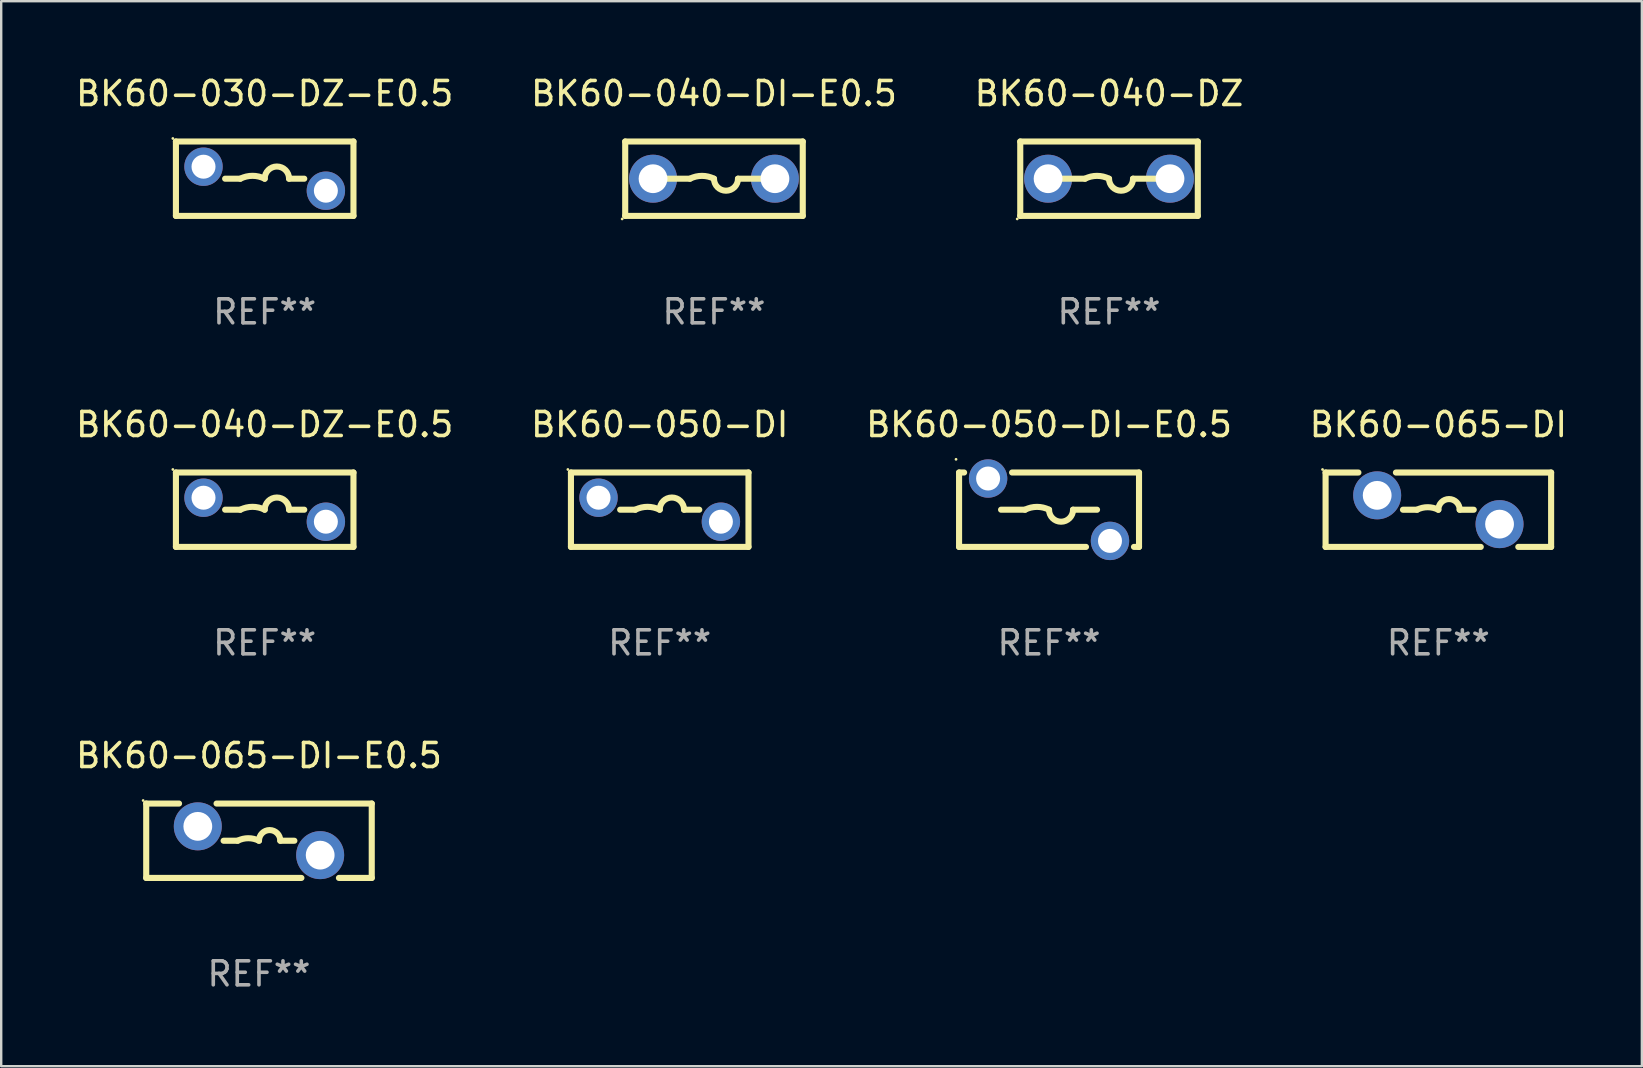
<source format=kicad_pcb>
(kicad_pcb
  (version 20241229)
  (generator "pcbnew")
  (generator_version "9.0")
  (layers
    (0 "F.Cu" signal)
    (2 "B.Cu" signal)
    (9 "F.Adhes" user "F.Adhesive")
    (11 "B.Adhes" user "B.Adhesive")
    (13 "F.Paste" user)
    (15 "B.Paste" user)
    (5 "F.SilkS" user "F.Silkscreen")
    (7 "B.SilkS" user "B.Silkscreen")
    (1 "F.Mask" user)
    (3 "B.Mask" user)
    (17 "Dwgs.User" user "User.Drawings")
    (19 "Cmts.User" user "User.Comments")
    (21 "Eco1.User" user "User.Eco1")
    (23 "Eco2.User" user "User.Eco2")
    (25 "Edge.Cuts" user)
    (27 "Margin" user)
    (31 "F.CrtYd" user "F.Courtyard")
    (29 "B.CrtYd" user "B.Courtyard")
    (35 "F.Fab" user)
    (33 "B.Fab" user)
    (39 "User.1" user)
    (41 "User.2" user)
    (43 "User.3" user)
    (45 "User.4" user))
  (footprint "BK60-065-DI"
    (layer "F.Cu")
    (at 56.899 18.195)
    (property "Reference" "BK60-065-DI" (at 0 -3.55 0) (layer "F.SilkS") (effects (font (size 1 1) (thickness 0.15))))
    (attr through_hole)
    (fp_line (start -4.7 -1.55) (end -4.7 1.55) (stroke (width 0.254) (type solid)) (layer "F.SilkS"))
    (fp_line (start -4.7 1.55) (end 1.768 1.55) (stroke (width 0.254) (type solid)) (layer "F.SilkS"))
    (fp_line (start -3.332 -1.55) (end -4.7 -1.55) (stroke (width 0.254) (type solid)) (layer "F.SilkS"))
    (fp_line (start -1.475 0) (end -0.889 0) (stroke (width 0.254) (type solid)) (layer "F.SilkS"))
    (fp_line (start 1.475 0) (end 0.889 0) (stroke (width 0.254) (type solid)) (layer "F.SilkS"))
    (fp_line (start 3.332 1.55) (end 4.7 1.55) (stroke (width 0.254) (type solid)) (layer "F.SilkS"))
    (fp_line (start 4.7 -1.55) (end -1.768 -1.55) (stroke (width 0.254) (type solid)) (layer "F.SilkS"))
    (fp_line (start 4.7 -1.55) (end 4.7 1.55) (stroke (width 0.254) (type solid)) (layer "F.SilkS"))
    (fp_arc (start -0.889002 0) (mid -0.444501 -0.104932) (end 0 0) (stroke (width 0.254001) (type solid)) (layer "F.SilkS"))
    (fp_arc (start 0 0) (mid 0.444501 -0.444501) (end 0.889002 0) (stroke (width 0.254001) (type solid)) (layer "F.SilkS"))
    (fp_circle (center -4.827 -1.677) (end -4.797 -1.677) (stroke (width 0.06) (type solid)) (fill no) (layer "F.SilkS"))
    (fp_text user "REF**" (at 0 5.55 0) (layer "F.Fab") (effects (font (size 1 1) (thickness 0.15))))
    (pad "1" thru_hole circle (at -2.55 -0.6) (size 2 2) (drill 1.2) (layers "*.Cu" "*.Mask"))
    (pad "2" thru_hole circle (at 2.55 0.6) (size 2 2) (drill 1.2) (layers "*.Cu" "*.Mask")))
  (footprint "BK60-040-DI-E0.5"
    (layer "F.Cu")
    (at 26.708 4.398)
    (property "Reference" "BK60-040-DI-E0.5" (at 0 -3.55 0) (layer "F.SilkS") (effects (font (size 1 1) (thickness 0.15))))
    (attr through_hole)
    (fp_line (start -3.7 -1.55) (end 3.7 -1.55) (stroke (width 0.254) (type solid)) (layer "F.SilkS"))
    (fp_line (start -3.7 1.55) (end -3.7 -1.55) (stroke (width 0.254) (type solid)) (layer "F.SilkS"))
    (fp_line (start -1 0) (end -2 0) (stroke (width 0.254) (type solid)) (layer "F.SilkS"))
    (fp_line (start 1 0) (end 2 0) (stroke (width 0.254) (type solid)) (layer "F.SilkS"))
    (fp_line (start 3.7 -1.55) (end 3.7 1.55) (stroke (width 0.254) (type solid)) (layer "F.SilkS"))
    (fp_line (start 3.7 1.55) (end -3.7 1.55) (stroke (width 0.254) (type solid)) (layer "F.SilkS"))
    (fp_arc (start -1.000762 0) (mid -0.500381 -0.118151) (end 0 0) (stroke (width 0.254001) (type solid)) (layer "F.SilkS"))
    (fp_arc (start 1.000762 0) (mid 0.500381 0.500127) (end 0 0) (stroke (width 0.254001) (type solid)) (layer "F.SilkS"))
    (fp_circle (center -3.827 1.677) (end -3.797 1.677) (stroke (width 0.06) (type solid)) (fill no) (layer "F.SilkS"))
    (fp_text user "REF**" (at 0 5.55 0) (layer "F.Fab") (effects (font (size 1 1) (thickness 0.15))))
    (pad "1" thru_hole circle (at -2.54 0) (size 2 2) (drill 1.2) (layers "*.Cu" "*.Mask"))
    (pad "2" thru_hole circle (at 2.54 0) (size 2 2) (drill 1.2) (layers "*.Cu" "*.Mask")))
  (footprint "BK60-065-DI-E0.5"
    (layer "F.Cu")
    (at 7.744 31.991)
    (property "Reference" "BK60-065-DI-E0.5" (at 0 -3.55 0) (layer "F.SilkS") (effects (font (size 1 1) (thickness 0.15))))
    (attr through_hole)
    (fp_line (start -4.7 -1.55) (end -4.7 1.55) (stroke (width 0.254) (type solid)) (layer "F.SilkS"))
    (fp_line (start -4.7 1.55) (end 1.768 1.55) (stroke (width 0.254) (type solid)) (layer "F.SilkS"))
    (fp_line (start -3.332 -1.55) (end -4.7 -1.55) (stroke (width 0.254) (type solid)) (layer "F.SilkS"))
    (fp_line (start -1.475 0) (end -0.889 0) (stroke (width 0.254) (type solid)) (layer "F.SilkS"))
    (fp_line (start 1.475 0) (end 0.889 0) (stroke (width 0.254) (type solid)) (layer "F.SilkS"))
    (fp_line (start 3.332 1.55) (end 4.7 1.55) (stroke (width 0.254) (type solid)) (layer "F.SilkS"))
    (fp_line (start 4.7 -1.55) (end -1.768 -1.55) (stroke (width 0.254) (type solid)) (layer "F.SilkS"))
    (fp_line (start 4.7 -1.55) (end 4.7 1.55) (stroke (width 0.254) (type solid)) (layer "F.SilkS"))
    (fp_arc (start -0.889002 0) (mid -0.444501 -0.104932) (end 0 0) (stroke (width 0.254001) (type solid)) (layer "F.SilkS"))
    (fp_arc (start 0 0) (mid 0.444501 -0.444501) (end 0.889002 0) (stroke (width 0.254001) (type solid)) (layer "F.SilkS"))
    (fp_circle (center -4.827 -1.677) (end -4.797 -1.677) (stroke (width 0.06) (type solid)) (fill no) (layer "F.SilkS"))
    (fp_text user "REF**" (at 0 5.55 0) (layer "F.Fab") (effects (font (size 1 1) (thickness 0.15))))
    (pad "1" thru_hole circle (at -2.55 -0.6) (size 2 2) (drill 1.2) (layers "*.Cu" "*.Mask"))
    (pad "2" thru_hole circle (at 2.55 0.6) (size 2 2) (drill 1.2) (layers "*.Cu" "*.Mask")))
  (footprint "BK60-050-DI-E0.5"
    (layer "F.Cu")
    (at 40.673 18.194)
    (property "Reference" "BK60-050-DI-E0.5" (at 0 -3.55 0) (layer "F.SilkS") (effects (font (size 1 1) (thickness 0.15))))
    (attr through_hole)
    (fp_line (start -3.75 -1.55) (end -3.54 -1.55) (stroke (width 0.254) (type solid)) (layer "F.SilkS"))
    (fp_line (start -3.75 1.55) (end -3.75 -1.55) (stroke (width 0.254) (type solid)) (layer "F.SilkS"))
    (fp_line (start -3.75 1.55) (end 1.54 1.55) (stroke (width 0.254) (type solid)) (layer "F.SilkS"))
    (fp_line (start -1.54 -1.55) (end 3.75 -1.55) (stroke (width 0.254) (type solid)) (layer "F.SilkS"))
    (fp_line (start -1 0) (end -2 0) (stroke (width 0.254) (type solid)) (layer "F.SilkS"))
    (fp_line (start 1 0) (end 2 0) (stroke (width 0.254) (type solid)) (layer "F.SilkS"))
    (fp_line (start 3.54 1.55) (end 3.75 1.55) (stroke (width 0.254) (type solid)) (layer "F.SilkS"))
    (fp_line (start 3.75 -1.55) (end 3.75 1.55) (stroke (width 0.254) (type solid)) (layer "F.SilkS"))
    (fp_arc (start -1.000762 0) (mid -0.500381 -0.118151) (end 0 0) (stroke (width 0.254001) (type solid)) (layer "F.SilkS"))
    (fp_arc (start 1.000762 0) (mid 0.500381 0.500127) (end 0 0) (stroke (width 0.254001) (type solid)) (layer "F.SilkS"))
    (fp_circle (center -3.877 -2.1) (end -3.847 -2.1) (stroke (width 0.06) (type solid)) (fill no) (layer "F.SilkS"))
    (fp_text user "REF**" (at 0 5.55 0) (layer "F.Fab") (effects (font (size 1 1) (thickness 0.15))))
    (pad "1" thru_hole circle (at -2.54 -1.3) (size 1.6 1.6) (drill 1) (layers "*.Cu" "*.Mask"))
    (pad "2" thru_hole circle (at 2.54 1.3) (size 1.6 1.6) (drill 1) (layers "*.Cu" "*.Mask")))
  (footprint "BK60-040-DZ"
    (layer "F.Cu")
    (at 43.173 4.398)
    (property "Reference" "BK60-040-DZ" (at 0 -3.55 0) (layer "F.SilkS") (effects (font (size 1 1) (thickness 0.15))))
    (attr through_hole)
    (fp_line (start -3.7 -1.55) (end 3.7 -1.55) (stroke (width 0.254) (type solid)) (layer "F.SilkS"))
    (fp_line (start -3.7 1.55) (end -3.7 -1.55) (stroke (width 0.254) (type solid)) (layer "F.SilkS"))
    (fp_line (start -1 0) (end -2 0) (stroke (width 0.254) (type solid)) (layer "F.SilkS"))
    (fp_line (start 1 0) (end 2 0) (stroke (width 0.254) (type solid)) (layer "F.SilkS"))
    (fp_line (start 3.7 -1.55) (end 3.7 1.55) (stroke (width 0.254) (type solid)) (layer "F.SilkS"))
    (fp_line (start 3.7 1.55) (end -3.7 1.55) (stroke (width 0.254) (type solid)) (layer "F.SilkS"))
    (fp_arc (start -1.000762 0) (mid -0.500381 -0.118151) (end 0 0) (stroke (width 0.254001) (type solid)) (layer "F.SilkS"))
    (fp_arc (start 1.000762 0) (mid 0.500381 0.500127) (end 0 0) (stroke (width 0.254001) (type solid)) (layer "F.SilkS"))
    (fp_circle (center -3.827 1.677) (end -3.797 1.677) (stroke (width 0.06) (type solid)) (fill no) (layer "F.SilkS"))
    (fp_text user "REF**" (at 0 5.55 0) (layer "F.Fab") (effects (font (size 1 1) (thickness 0.15))))
    (pad "1" thru_hole circle (at -2.54 0) (size 2 2) (drill 1.2) (layers "*.Cu" "*.Mask"))
    (pad "2" thru_hole circle (at 2.54 0) (size 2 2) (drill 1.2) (layers "*.Cu" "*.Mask")))
  (footprint "BK60-050-DI"
    (layer "F.Cu")
    (at 24.446 18.194)
    (property "Reference" "BK60-050-DI" (at 0 -3.55 0) (layer "F.SilkS") (effects (font (size 1 1) (thickness 0.15))))
    (attr through_hole)
    (fp_line (start -3.7 -1.55) (end 3.7 -1.55) (stroke (width 0.254) (type solid)) (layer "F.SilkS"))
    (fp_line (start -3.7 1.55) (end -3.7 -1.55) (stroke (width 0.254) (type solid)) (layer "F.SilkS"))
    (fp_line (start -1.649 0) (end -1.016 0) (stroke (width 0.254) (type solid)) (layer "F.SilkS"))
    (fp_line (start 1.649 0) (end 1.016 0) (stroke (width 0.254) (type solid)) (layer "F.SilkS"))
    (fp_line (start 3.7 -1.55) (end 3.7 1.55) (stroke (width 0.254) (type solid)) (layer "F.SilkS"))
    (fp_line (start 3.7 1.55) (end -3.7 1.55) (stroke (width 0.254) (type solid)) (layer "F.SilkS"))
    (fp_arc (start -1.016002 0) (mid -0.508001 -0.119923) (end 0 0) (stroke (width 0.254001) (type solid)) (layer "F.SilkS"))
    (fp_arc (start 0 0) (mid 0.508001 -0.508001) (end 1.016002 0) (stroke (width 0.254001) (type solid)) (layer "F.SilkS"))
    (fp_circle (center -3.827 -1.677) (end -3.797 -1.677) (stroke (width 0.06) (type solid)) (fill no) (layer "F.SilkS"))
    (fp_text user "REF**" (at 0 5.55 0) (layer "F.Fab") (effects (font (size 1 1) (thickness 0.15))))
    (pad "1" thru_hole circle (at -2.55 -0.5) (size 1.6 1.6) (drill 1) (layers "*.Cu" "*.Mask"))
    (pad "2" thru_hole circle (at 2.55 0.5) (size 1.6 1.6) (drill 1) (layers "*.Cu" "*.Mask")))
  (footprint "BK60-040-DZ-E0.5"
    (layer "F.Cu")
    (at 7.982 18.194)
    (property "Reference" "BK60-040-DZ-E0.5" (at 0 -3.55 0) (layer "F.SilkS") (effects (font (size 1 1) (thickness 0.15))))
    (attr through_hole)
    (fp_line (start -3.7 -1.55) (end 3.7 -1.55) (stroke (width 0.254) (type solid)) (layer "F.SilkS"))
    (fp_line (start -3.7 1.55) (end -3.7 -1.55) (stroke (width 0.254) (type solid)) (layer "F.SilkS"))
    (fp_line (start -1.649 0) (end -1.016 0) (stroke (width 0.254) (type solid)) (layer "F.SilkS"))
    (fp_line (start 1.649 0) (end 1.016 0) (stroke (width 0.254) (type solid)) (layer "F.SilkS"))
    (fp_line (start 3.7 -1.55) (end 3.7 1.55) (stroke (width 0.254) (type solid)) (layer "F.SilkS"))
    (fp_line (start 3.7 1.55) (end -3.7 1.55) (stroke (width 0.254) (type solid)) (layer "F.SilkS"))
    (fp_arc (start -1.016002 0) (mid -0.508001 -0.119923) (end 0 0) (stroke (width 0.254001) (type solid)) (layer "F.SilkS"))
    (fp_arc (start 0 0) (mid 0.508001 -0.508001) (end 1.016002 0) (stroke (width 0.254001) (type solid)) (layer "F.SilkS"))
    (fp_circle (center -3.827 -1.677) (end -3.797 -1.677) (stroke (width 0.06) (type solid)) (fill no) (layer "F.SilkS"))
    (fp_text user "REF**" (at 0 5.55 0) (layer "F.Fab") (effects (font (size 1 1) (thickness 0.15))))
    (pad "1" thru_hole circle (at -2.55 -0.5) (size 1.6 1.6) (drill 1) (layers "*.Cu" "*.Mask"))
    (pad "2" thru_hole circle (at 2.55 0.5) (size 1.6 1.6) (drill 1) (layers "*.Cu" "*.Mask")))
  (footprint "BK60-030-DZ-E0.5"
    (layer "F.Cu")
    (at 7.982 4.398)
    (property "Reference" "BK60-030-DZ-E0.5" (at 0 -3.55 0) (layer "F.SilkS") (effects (font (size 1 1) (thickness 0.15))))
    (attr through_hole)
    (fp_line (start -3.7 -1.55) (end 3.7 -1.55) (stroke (width 0.254) (type solid)) (layer "F.SilkS"))
    (fp_line (start -3.7 1.55) (end -3.7 -1.55) (stroke (width 0.254) (type solid)) (layer "F.SilkS"))
    (fp_line (start -1.649 0) (end -1.016 0) (stroke (width 0.254) (type solid)) (layer "F.SilkS"))
    (fp_line (start 1.649 0) (end 1.016 0) (stroke (width 0.254) (type solid)) (layer "F.SilkS"))
    (fp_line (start 3.7 -1.55) (end 3.7 1.55) (stroke (width 0.254) (type solid)) (layer "F.SilkS"))
    (fp_line (start 3.7 1.55) (end -3.7 1.55) (stroke (width 0.254) (type solid)) (layer "F.SilkS"))
    (fp_arc (start -1.016002 0) (mid -0.508001 -0.119923) (end 0 0) (stroke (width 0.254001) (type solid)) (layer "F.SilkS"))
    (fp_arc (start 0 0) (mid 0.508001 -0.508001) (end 1.016002 0) (stroke (width 0.254001) (type solid)) (layer "F.SilkS"))
    (fp_circle (center -3.827 -1.677) (end -3.797 -1.677) (stroke (width 0.06) (type solid)) (fill no) (layer "F.SilkS"))
    (fp_text user "REF**" (at 0 5.55 0) (layer "F.Fab") (effects (font (size 1 1) (thickness 0.15))))
    (pad "1" thru_hole circle (at -2.55 -0.5) (size 1.6 1.6) (drill 1) (layers "*.Cu" "*.Mask"))
    (pad "2" thru_hole circle (at 2.55 0.5) (size 1.6 1.6) (drill 1) (layers "*.Cu" "*.Mask")))
  (gr_rect
    (start -3 -3)
    (end 65.381 41.389)
    (stroke (width 0.1) (type default))
    (fill no)
    (layer "Edge.Cuts")))
</source>
